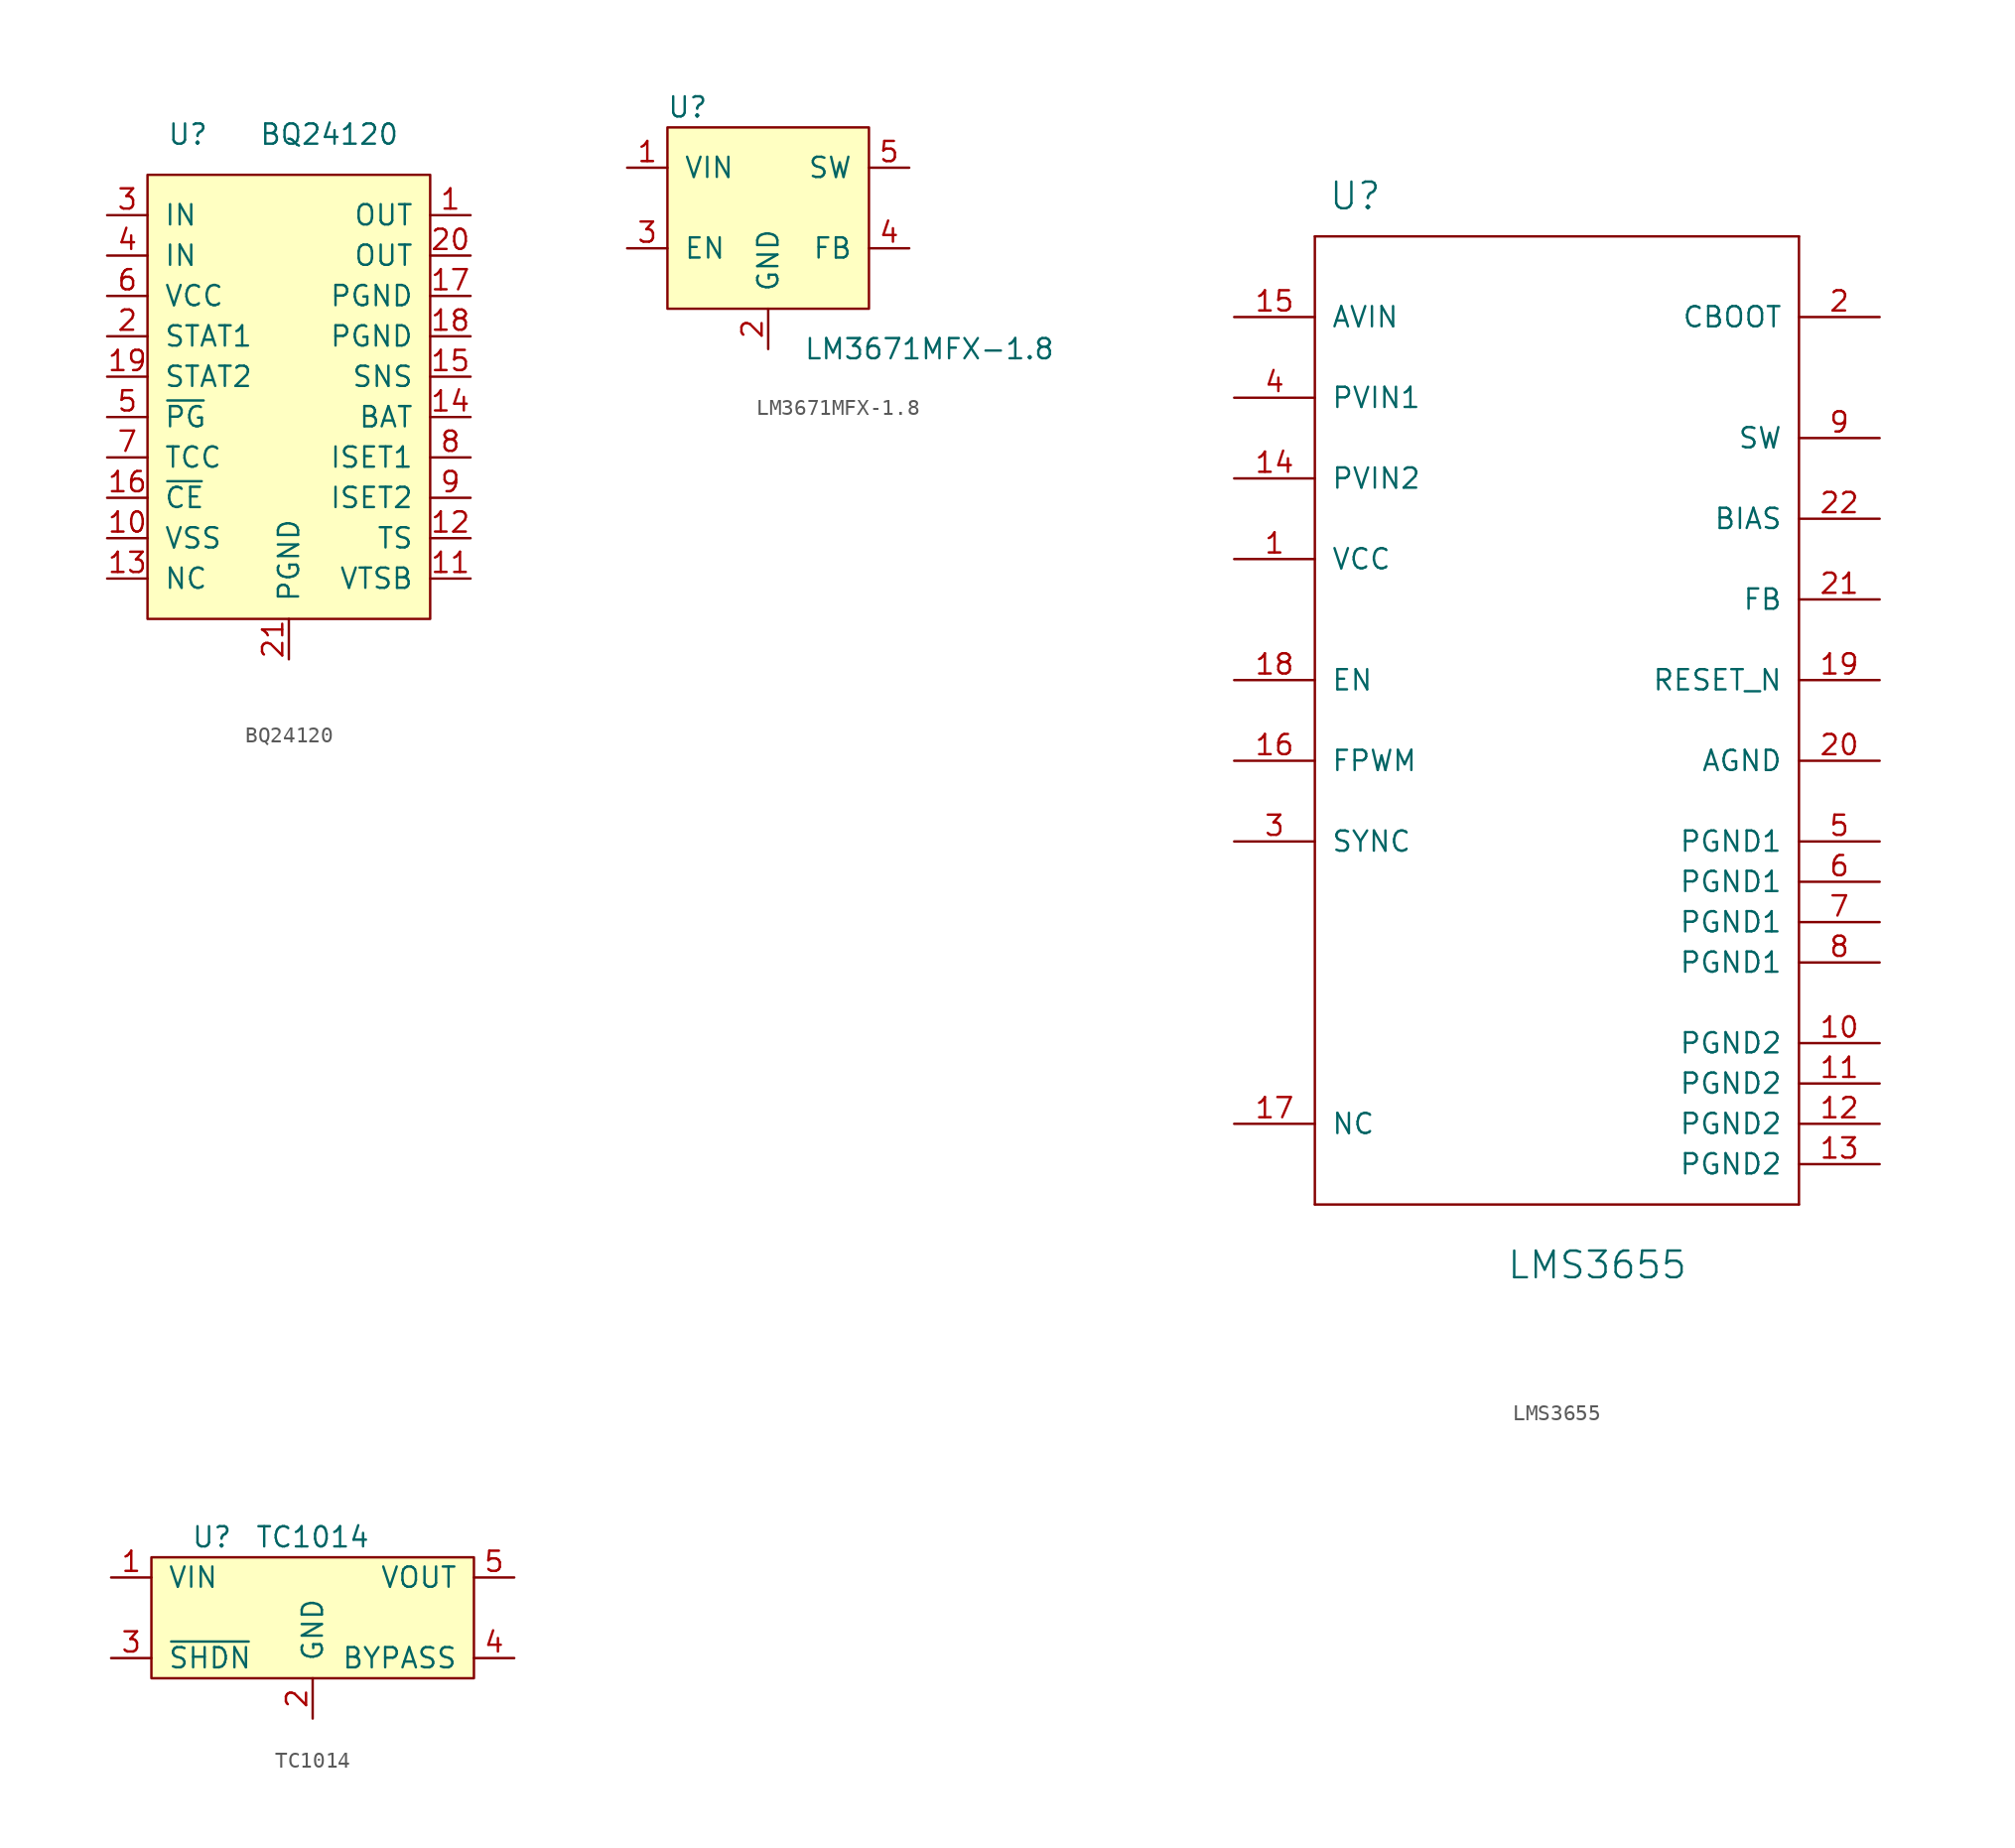
<source format=kicad_sym>
(kicad_symbol_lib
  (version 20211014)
  (generator kicad_symbol_editor)
  (symbol "BQ24120"
    (pin_names
      (offset 1.016))
    (property "Reference" "U"
      (at -6.35 16.51 0)
      (effects (font (size 1.27 1.27))))
    (property "Value" "BQ24120"
      (at 2.54 16.51 0)
      (effects (font (size 1.27 1.27))))
    (symbol "BQ24120_0_1"
      (rectangle (start -8.89 13.97) (end 8.89 -13.97) (stroke (width 0) (type default) (color 0 0 0 0)) (fill (type background))))
    (symbol "BQ24120_1_1"
      (pin input line (at 11.43 11.43 180) (length 2.54) (name "OUT" (effects (font (size 1.27 1.27)))) (number "1" (effects (font (size 1.27 1.27)))))
      (pin input line (at -11.43 -8.89 0) (length 2.54) (name "VSS" (effects (font (size 1.27 1.27)))) (number "10" (effects (font (size 1.27 1.27)))))
      (pin input line (at 11.43 -11.43 180) (length 2.54) (name "VTSB" (effects (font (size 1.27 1.27)))) (number "11" (effects (font (size 1.27 1.27)))))
      (pin input line (at 11.43 -8.89 180) (length 2.54) (name "TS" (effects (font (size 1.27 1.27)))) (number "12" (effects (font (size 1.27 1.27)))))
      (pin input line (at -11.43 -11.43 0) (length 2.54) (name "NC" (effects (font (size 1.27 1.27)))) (number "13" (effects (font (size 1.27 1.27)))))
      (pin input line (at 11.43 -1.27 180) (length 2.54) (name "BAT" (effects (font (size 1.27 1.27)))) (number "14" (effects (font (size 1.27 1.27)))))
      (pin input line (at 11.43 1.27 180) (length 2.54) (name "SNS" (effects (font (size 1.27 1.27)))) (number "15" (effects (font (size 1.27 1.27)))))
      (pin input line (at -11.43 -6.35 0) (length 2.54) (name "~{CE}" (effects (font (size 1.27 1.27)))) (number "16" (effects (font (size 1.27 1.27)))))
      (pin input line (at 11.43 6.35 180) (length 2.54) (name "PGND" (effects (font (size 1.27 1.27)))) (number "17" (effects (font (size 1.27 1.27)))))
      (pin input line (at 11.43 3.81 180) (length 2.54) (name "PGND" (effects (font (size 1.27 1.27)))) (number "18" (effects (font (size 1.27 1.27)))))
      (pin input line (at -11.43 1.27 0) (length 2.54) (name "STAT2" (effects (font (size 1.27 1.27)))) (number "19" (effects (font (size 1.27 1.27)))))
      (pin input line (at -11.43 3.81 0) (length 2.54) (name "STAT1" (effects (font (size 1.27 1.27)))) (number "2" (effects (font (size 1.27 1.27)))))
      (pin input line (at 11.43 8.89 180) (length 2.54) (name "OUT" (effects (font (size 1.27 1.27)))) (number "20" (effects (font (size 1.27 1.27)))))
      (pin input line (at 0 -16.51 90) (length 2.54) (name "PGND" (effects (font (size 1.27 1.27)))) (number "21" (effects (font (size 1.27 1.27)))))
      (pin input line (at -11.43 11.43 0) (length 2.54) (name "IN" (effects (font (size 1.27 1.27)))) (number "3" (effects (font (size 1.27 1.27)))))
      (pin input line (at -11.43 8.89 0) (length 2.54) (name "IN" (effects (font (size 1.27 1.27)))) (number "4" (effects (font (size 1.27 1.27)))))
      (pin input line (at -11.43 -1.27 0) (length 2.54) (name "~{PG}" (effects (font (size 1.27 1.27)))) (number "5" (effects (font (size 1.27 1.27)))))
      (pin input line (at -11.43 6.35 0) (length 2.54) (name "VCC" (effects (font (size 1.27 1.27)))) (number "6" (effects (font (size 1.27 1.27)))))
      (pin input line (at -11.43 -3.81 0) (length 2.54) (name "TCC" (effects (font (size 1.27 1.27)))) (number "7" (effects (font (size 1.27 1.27)))))
      (pin input line (at 11.43 -3.81 180) (length 2.54) (name "ISET1" (effects (font (size 1.27 1.27)))) (number "8" (effects (font (size 1.27 1.27)))))
      (pin input line (at 11.43 -6.35 180) (length 2.54) (name "ISET2" (effects (font (size 1.27 1.27)))) (number "9" (effects (font (size 1.27 1.27)))))))
  (symbol "LM3671MFX-1.8"
    (pin_names
      (offset 1.016))
    (property "Reference" "U"
      (at -5.08 6.35 0)
      (effects (font (size 1.27 1.27))))
    (property "Value" "LM3671MFX-1.8"
      (at 10.16 -8.89 0)
      (effects (font (size 1.27 1.27))))
    (symbol "LM3671MFX-1.8_0_1"
      (rectangle (start -6.35 5.08) (end 6.35 -6.35) (stroke (width 0) (type default) (color 0 0 0 0)) (fill (type background))))
    (symbol "LM3671MFX-1.8_1_1"
      (pin input line (at -8.89 2.54 0) (length 2.54) (name "VIN" (effects (font (size 1.27 1.27)))) (number "1" (effects (font (size 1.27 1.27)))))
      (pin input line (at 0 -8.89 90) (length 2.54) (name "GND" (effects (font (size 1.27 1.27)))) (number "2" (effects (font (size 1.27 1.27)))))
      (pin input line (at -8.89 -2.54 0) (length 2.54) (name "EN" (effects (font (size 1.27 1.27)))) (number "3" (effects (font (size 1.27 1.27)))))
      (pin input line (at 8.89 -2.54 180) (length 2.54) (name "FB" (effects (font (size 1.27 1.27)))) (number "4" (effects (font (size 1.27 1.27)))))
      (pin input line (at 8.89 2.54 180) (length 2.54) (name "SW" (effects (font (size 1.27 1.27)))) (number "5" (effects (font (size 1.27 1.27)))))))
  (symbol "LMS3655"
    (pin_names
      (offset 1.016))
    (property "Reference" "U"
      (at -12.7 33.02 0)
      (effects (font (size 1.676 1.676))))
    (property "Value" "LMS3655"
      (at 2.54 -34.29 0)
      (effects (font (size 1.676 1.676))))
    (symbol "LMS3655_1_0"
      (polyline (pts (xy -15.24 -30.48) (xy 15.24 -30.48)) (stroke (width 0) (type default) (color 0 0 0 0)) (fill (type none)))
      (polyline (pts (xy -15.24 30.48) (xy -15.24 -30.48)) (stroke (width 0) (type default) (color 0 0 0 0)) (fill (type none)))
      (polyline (pts (xy 15.24 -30.48) (xy 15.24 30.48)) (stroke (width 0) (type default) (color 0 0 0 0)) (fill (type none)))
      (polyline (pts (xy 15.24 30.48) (xy -15.24 30.48)) (stroke (width 0) (type default) (color 0 0 0 0)) (fill (type none)))
      (pin power_in line (at -20.32 10.16 0) (length 5.08) (name "VCC" (effects (font (size 1.27 1.27)))) (number "1" (effects (font (size 1.27 1.27)))))
      (pin power_in line (at 20.32 -20.32 180) (length 5.08) (name "PGND2" (effects (font (size 1.27 1.27)))) (number "10" (effects (font (size 1.27 1.27)))))
      (pin power_in line (at 20.32 -22.86 180) (length 5.08) (name "PGND2" (effects (font (size 1.27 1.27)))) (number "11" (effects (font (size 1.27 1.27)))))
      (pin power_in line (at 20.32 -25.4 180) (length 5.08) (name "PGND2" (effects (font (size 1.27 1.27)))) (number "12" (effects (font (size 1.27 1.27)))))
      (pin power_in line (at 20.32 -27.94 180) (length 5.08) (name "PGND2" (effects (font (size 1.27 1.27)))) (number "13" (effects (font (size 1.27 1.27)))))
      (pin power_in line (at -20.32 15.24 0) (length 5.08) (name "PVIN2" (effects (font (size 1.27 1.27)))) (number "14" (effects (font (size 1.27 1.27)))))
      (pin power_in line (at -20.32 25.4 0) (length 5.08) (name "AVIN" (effects (font (size 1.27 1.27)))) (number "15" (effects (font (size 1.27 1.27)))))
      (pin input line (at -20.32 -2.54 0) (length 5.08) (name "FPWM" (effects (font (size 1.27 1.27)))) (number "16" (effects (font (size 1.27 1.27)))))
      (pin passive line (at -20.32 -25.4 0) (length 5.08) (name "NC" (effects (font (size 1.27 1.27)))) (number "17" (effects (font (size 1.27 1.27)))))
      (pin input line (at -20.32 2.54 0) (length 5.08) (name "EN" (effects (font (size 1.27 1.27)))) (number "18" (effects (font (size 1.27 1.27)))))
      (pin open_collector line (at 20.32 2.54 180) (length 5.08) (name "RESET_N" (effects (font (size 1.27 1.27)))) (number "19" (effects (font (size 1.27 1.27)))))
      (pin power_in line (at 20.32 25.4 180) (length 5.08) (name "CBOOT" (effects (font (size 1.27 1.27)))) (number "2" (effects (font (size 1.27 1.27)))))
      (pin power_in line (at 20.32 -2.54 180) (length 5.08) (name "AGND" (effects (font (size 1.27 1.27)))) (number "20" (effects (font (size 1.27 1.27)))))
      (pin input line (at 20.32 7.62 180) (length 5.08) (name "FB" (effects (font (size 1.27 1.27)))) (number "21" (effects (font (size 1.27 1.27)))))
      (pin power_in line (at 20.32 12.7 180) (length 5.08) (name "BIAS" (effects (font (size 1.27 1.27)))) (number "22" (effects (font (size 1.27 1.27)))))
      (pin input line (at -20.32 -7.62 0) (length 5.08) (name "SYNC" (effects (font (size 1.27 1.27)))) (number "3" (effects (font (size 1.27 1.27)))))
      (pin power_in line (at -20.32 20.32 0) (length 5.08) (name "PVIN1" (effects (font (size 1.27 1.27)))) (number "4" (effects (font (size 1.27 1.27)))))
      (pin power_in line (at 20.32 -7.62 180) (length 5.08) (name "PGND1" (effects (font (size 1.27 1.27)))) (number "5" (effects (font (size 1.27 1.27)))))
      (pin power_in line (at 20.32 -10.16 180) (length 5.08) (name "PGND1" (effects (font (size 1.27 1.27)))) (number "6" (effects (font (size 1.27 1.27)))))
      (pin power_in line (at 20.32 -12.7 180) (length 5.08) (name "PGND1" (effects (font (size 1.27 1.27)))) (number "7" (effects (font (size 1.27 1.27)))))
      (pin power_in line (at 20.32 -15.24 180) (length 5.08) (name "PGND1" (effects (font (size 1.27 1.27)))) (number "8" (effects (font (size 1.27 1.27)))))
      (pin power_in line (at 20.32 17.78 180) (length 5.08) (name "SW" (effects (font (size 1.27 1.27)))) (number "9" (effects (font (size 1.27 1.27)))))))
  (symbol "TC1014"
    (pin_names
      (offset 1.016))
    (property "Reference" "U"
      (at -6.35 5.08 0)
      (effects (font (size 1.27 1.27))))
    (property "Value" "TC1014"
      (at 0 5.08 0)
      (effects (font (size 1.27 1.27))))
    (symbol "TC1014_0_1"
      (rectangle (start -10.16 3.81) (end 10.16 -3.81) (stroke (width 0) (type default) (color 0 0 0 0)) (fill (type background))))
    (symbol "TC1014_1_1"
      (pin input line (at -12.7 2.54 0) (length 2.54) (name "VIN" (effects (font (size 1.27 1.27)))) (number "1" (effects (font (size 1.27 1.27)))))
      (pin input line (at 0 -6.35 90) (length 2.54) (name "GND" (effects (font (size 1.27 1.27)))) (number "2" (effects (font (size 1.27 1.27)))))
      (pin input line (at -12.7 -2.54 0) (length 2.54) (name "~{SHDN}" (effects (font (size 1.27 1.27)))) (number "3" (effects (font (size 1.27 1.27)))))
      (pin output line (at 12.7 -2.54 180) (length 2.54) (name "BYPASS" (effects (font (size 1.27 1.27)))) (number "4" (effects (font (size 1.27 1.27)))))
      (pin output line (at 12.7 2.54 180) (length 2.54) (name "VOUT" (effects (font (size 1.27 1.27)))) (number "5" (effects (font (size 1.27 1.27))))))))
</source>
